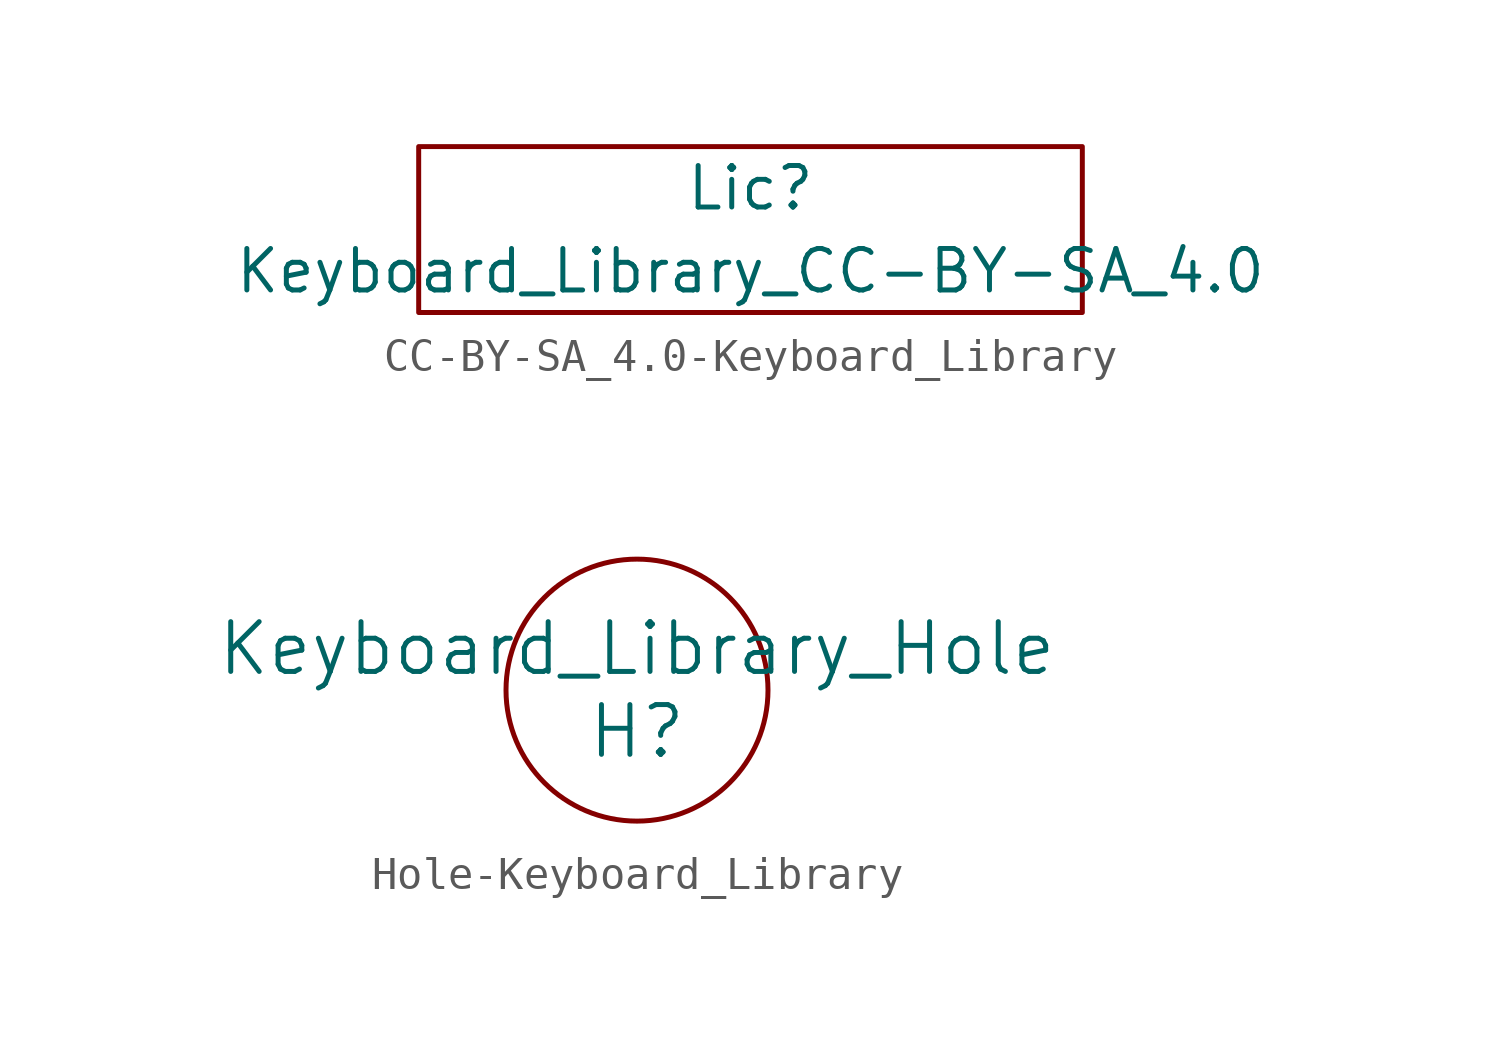
<source format=kicad_sym>
(kicad_symbol_lib
  (version 20241209)
  (generator "kicad_symbol_editor")
  (generator_version "9.0")
  (symbol "CC-BY-SA_4.0-Keyboard_Library"
    (pin_names
      (offset 1.016))
    (property "Reference" "Lic"
      (at 0 1.27 0)
      (effects (font (size 1.27 1.27))))
    (property "Value" "Keyboard_Library_CC-BY-SA_4.0"
      (at 0 -1.27 0)
      (effects (font (size 1.27 1.27))))
    (symbol "CC-BY-SA_4.0-Keyboard_Library_0_1"
      (rectangle (start -10.16 2.54) (end 10.16 -2.54) (stroke (width 0) (type solid)) (fill (type none)))))
  (symbol "Hole-Keyboard_Library"
    (pin_names
      (offset 1.016))
    (property "Reference" "H"
      (at 0 -1.27 0)
      (effects (font (size 1.524 1.524))))
    (property "Value" "Keyboard_Library_Hole"
      (at 0 1.27 0)
      (effects (font (size 1.524 1.524))))
    (symbol "Hole-Keyboard_Library_0_1"
      (circle (center 0 0) (radius 4.013) (stroke (width 0) (type solid)) (fill (type none))))))
</source>
